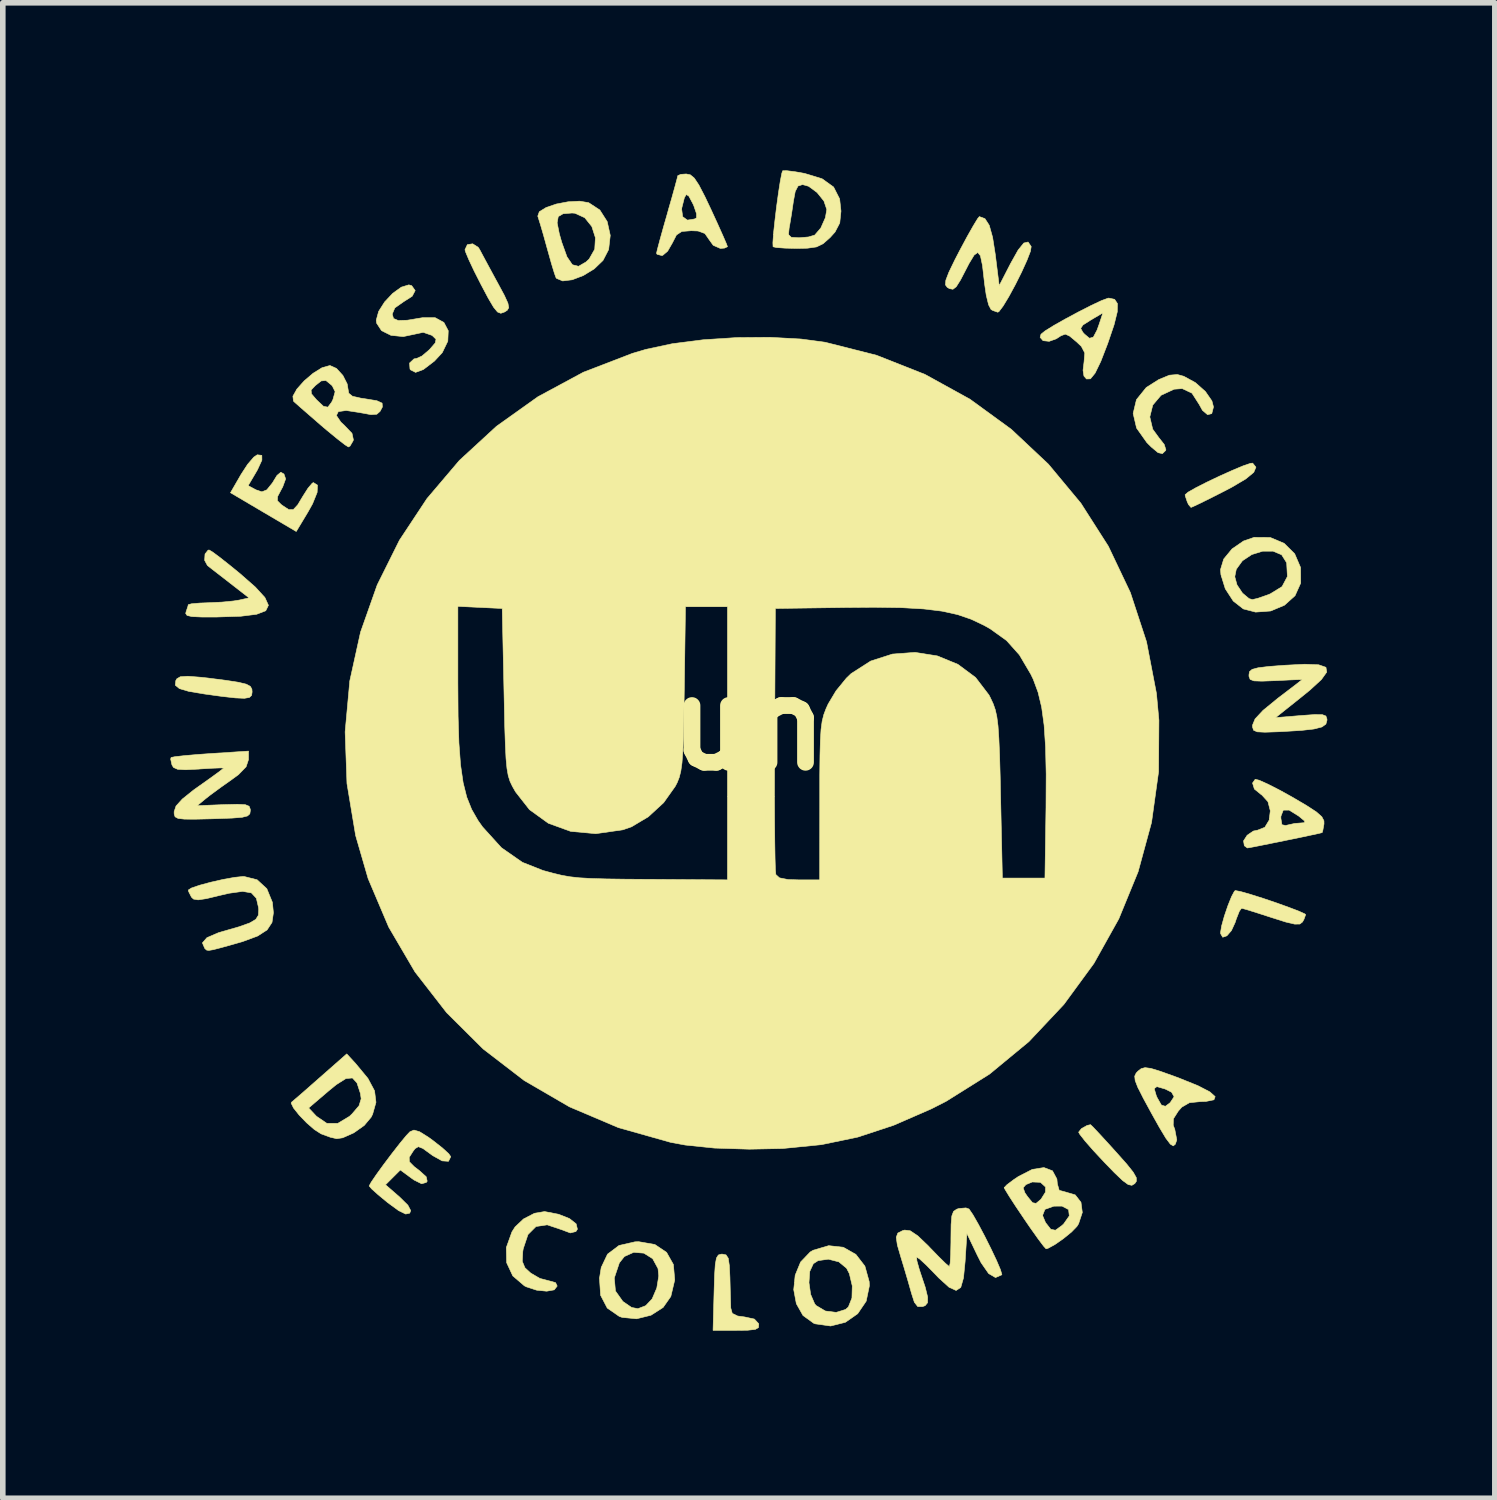
<source format=kicad_pcb>
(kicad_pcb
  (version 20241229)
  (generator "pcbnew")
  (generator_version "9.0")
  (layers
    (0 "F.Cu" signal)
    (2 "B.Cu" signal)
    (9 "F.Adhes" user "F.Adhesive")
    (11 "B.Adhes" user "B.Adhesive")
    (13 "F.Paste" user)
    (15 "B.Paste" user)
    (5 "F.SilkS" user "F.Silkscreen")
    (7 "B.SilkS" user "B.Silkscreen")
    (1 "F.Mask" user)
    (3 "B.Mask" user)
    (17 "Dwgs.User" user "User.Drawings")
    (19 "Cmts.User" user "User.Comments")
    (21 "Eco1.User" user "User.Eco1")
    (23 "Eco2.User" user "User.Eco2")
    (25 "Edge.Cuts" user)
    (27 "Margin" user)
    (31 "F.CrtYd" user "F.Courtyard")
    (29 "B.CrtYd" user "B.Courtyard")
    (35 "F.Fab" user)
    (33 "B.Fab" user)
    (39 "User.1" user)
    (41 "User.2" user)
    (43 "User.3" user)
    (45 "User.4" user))
  (footprint "un"
    (layer "F.Cu")
    (at 10.353 9.906)
    (property "Reference" "un" (at 0 0 0) (layer "F.SilkS") (effects (font (size 1.524 1.524) (thickness 0.3))))
    (attr through_hole)
    (fp_poly (pts (xy -9.81 -0.833) (xy -9.682 -0.819) (xy -9.354 -0.777) (xy -9.131 -0.742) (xy -8.994 -0.709) (xy -8.922 -0.67) (xy -8.894 -0.62) (xy -8.89 -0.57) (xy -8.899 -0.509) (xy -8.939 -0.471) (xy -9.029 -0.456) (xy -9.189 -0.463) (xy -9.437 -0.491) (xy -9.742 -0.533) (xy -10.023 -0.58) (xy -10.192 -0.63) (xy -10.265 -0.691) (xy -10.256 -0.773) (xy -10.237 -0.806) (xy -10.175 -0.842) (xy -10.04 -0.851) (xy -9.81 -0.833)) (stroke (width 0.01) (type solid)) (fill yes) (layer "F.SilkS"))
    (fp_poly (pts (xy 6.163 7.219) (xy 6.275 7.338) (xy 6.434 7.511) (xy 6.566 7.657) (xy 6.763 7.878) (xy 6.882 8.027) (xy 6.937 8.124) (xy 6.939 8.189) (xy 6.91 8.231) (xy 6.858 8.262) (xy 6.792 8.248) (xy 6.693 8.176) (xy 6.543 8.033) (xy 6.361 7.845) (xy 6.172 7.642) (xy 6.021 7.47) (xy 5.927 7.35) (xy 5.905 7.31) (xy 5.955 7.247) (xy 6.056 7.19) (xy 6.118 7.176) (xy 6.163 7.219)) (stroke (width 0.01) (type solid)) (fill yes) (layer "F.SilkS"))
    (fp_poly (pts (xy 9.079 -4.593) (xy 9.04 -4.501) (xy 8.897 -4.383) (xy 8.643 -4.233) (xy 8.513 -4.165) (xy 8.271 -4.042) (xy 8.075 -3.945) (xy 7.949 -3.886) (xy 7.916 -3.873) (xy 7.872 -3.924) (xy 7.849 -3.974) (xy 7.815 -4.075) (xy 7.811 -4.1) (xy 7.864 -4.146) (xy 8.005 -4.226) (xy 8.204 -4.327) (xy 8.431 -4.435) (xy 8.656 -4.536) (xy 8.849 -4.617) (xy 8.981 -4.662) (xy 9.02 -4.666) (xy 9.079 -4.593)) (stroke (width 0.01) (type solid)) (fill yes) (layer "F.SilkS"))
    (fp_poly (pts (xy -4.843 -8.529) (xy -4.818 -8.491) (xy -4.753 -8.369) (xy -4.648 -8.174) (xy -4.523 -7.943) (xy -4.496 -7.894) (xy -4.375 -7.669) (xy -4.311 -7.529) (xy -4.296 -7.448) (xy -4.324 -7.401) (xy -4.374 -7.37) (xy -4.438 -7.348) (xy -4.497 -7.371) (xy -4.567 -7.456) (xy -4.664 -7.62) (xy -4.79 -7.858) (xy -4.914 -8.102) (xy -5.011 -8.308) (xy -5.069 -8.447) (xy -5.08 -8.486) (xy -5.037 -8.577) (xy -4.942 -8.592) (xy -4.843 -8.529)) (stroke (width 0.01) (type solid)) (fill yes) (layer "F.SilkS"))
    (fp_poly (pts (xy -0.407 9.507) (xy -0.367 9.567) (xy -0.347 9.702) (xy -0.337 9.906) (xy -0.331 10.144) (xy -0.325 10.349) (xy -0.322 10.458) (xy -0.295 10.554) (xy -0.2 10.601) (xy -0.08 10.617) (xy 0.101 10.656) (xy 0.177 10.738) (xy 0.179 10.747) (xy 0.175 10.807) (xy 0.117 10.841) (xy -0.021 10.856) (xy -0.22 10.858) (xy -0.639 10.858) (xy -0.621 10.176) (xy -0.612 9.874) (xy -0.599 9.677) (xy -0.578 9.563) (xy -0.544 9.509) (xy -0.493 9.494) (xy -0.476 9.493) (xy -0.407 9.507)) (stroke (width 0.01) (type solid)) (fill yes) (layer "F.SilkS"))
    (fp_poly (pts (xy 7.786 -6.221) (xy 7.995 -6.107) (xy 8.174 -5.948) (xy 8.291 -5.779) (xy 8.319 -5.671) (xy 8.288 -5.552) (xy 8.213 -5.533) (xy 8.122 -5.61) (xy 8.063 -5.717) (xy 7.934 -5.918) (xy 7.76 -6) (xy 7.614 -5.989) (xy 7.38 -5.88) (xy 7.232 -5.705) (xy 7.179 -5.493) (xy 7.231 -5.273) (xy 7.34 -5.123) (xy 7.437 -5) (xy 7.467 -4.905) (xy 7.463 -4.893) (xy 7.405 -4.836) (xy 7.327 -4.853) (xy 7.205 -4.955) (xy 7.126 -5.034) (xy 6.942 -5.294) (xy 6.881 -5.555) (xy 6.94 -5.802) (xy 7.116 -6.02) (xy 7.34 -6.162) (xy 7.53 -6.24) (xy 7.672 -6.252) (xy 7.786 -6.221)) (stroke (width 0.01) (type solid)) (fill yes) (layer "F.SilkS"))
    (fp_poly (pts (xy 8.807 3.004) (xy 8.982 3.054) (xy 9.204 3.124) (xy 9.443 3.205) (xy 9.668 3.286) (xy 9.849 3.355) (xy 9.954 3.403) (xy 9.969 3.416) (xy 9.937 3.504) (xy 9.912 3.548) (xy 9.864 3.585) (xy 9.772 3.586) (xy 9.61 3.548) (xy 9.358 3.468) (xy 9.123 3.392) (xy 8.938 3.334) (xy 8.832 3.304) (xy 8.82 3.302) (xy 8.781 3.357) (xy 8.727 3.494) (xy 8.707 3.556) (xy 8.64 3.702) (xy 8.558 3.796) (xy 8.484 3.821) (xy 8.447 3.758) (xy 8.445 3.736) (xy 8.465 3.617) (xy 8.513 3.444) (xy 8.577 3.256) (xy 8.642 3.094) (xy 8.694 2.997) (xy 8.71 2.985) (xy 8.807 3.004)) (stroke (width 0.01) (type solid)) (fill yes) (layer "F.SilkS"))
    (fp_poly (pts (xy -9.595 -3.073) (xy -9.457 -2.97) (xy -9.267 -2.819) (xy -9.11 -2.691) (xy -8.833 -2.448) (xy -8.661 -2.26) (xy -8.598 -2.121) (xy -8.646 -2.023) (xy -8.81 -1.96) (xy -9.092 -1.925) (xy -9.498 -1.912) (xy -9.516 -1.911) (xy -9.794 -1.911) (xy -9.967 -1.919) (xy -10.054 -1.939) (xy -10.079 -1.975) (xy -10.072 -2.005) (xy -10.038 -2.107) (xy -10.033 -2.132) (xy -9.975 -2.148) (xy -9.826 -2.161) (xy -9.668 -2.167) (xy -9.43 -2.178) (xy -9.217 -2.199) (xy -9.124 -2.214) (xy -8.945 -2.254) (xy -9.272 -2.508) (xy -9.457 -2.652) (xy -9.611 -2.771) (xy -9.69 -2.834) (xy -9.74 -2.926) (xy -9.733 -3.039) (xy -9.678 -3.108) (xy -9.659 -3.111) (xy -9.595 -3.073)) (stroke (width 0.01) (type solid)) (fill yes) (layer "F.SilkS"))
    (fp_poly (pts (xy -3.651 8.732) (xy -3.403 8.78) (xy -3.209 8.857) (xy -3.09 8.951) (xy -3.067 9.047) (xy -3.094 9.089) (xy -3.194 9.114) (xy -3.355 9.054) (xy -3.608 8.969) (xy -3.808 8.999) (xy -3.952 9.143) (xy -4.037 9.397) (xy -4.045 9.446) (xy -4.054 9.623) (xy -4.006 9.738) (xy -3.904 9.832) (xy -3.74 9.928) (xy -3.585 9.969) (xy -3.579 9.97) (xy -3.458 10.004) (xy -3.429 10.065) (xy -3.482 10.133) (xy -3.617 10.157) (xy -3.796 10.139) (xy -3.98 10.079) (xy -4.016 10.061) (xy -4.224 9.883) (xy -4.334 9.647) (xy -4.34 9.376) (xy -4.239 9.095) (xy -4.183 9.007) (xy -4.032 8.864) (xy -3.835 8.762) (xy -3.652 8.731) (xy -3.651 8.732)) (stroke (width 0.01) (type solid)) (fill yes) (layer "F.SilkS"))
    (fp_poly (pts (xy -8.716 -4.805) (xy -8.715 -4.719) (xy -8.794 -4.547) (xy -8.83 -4.485) (xy -8.961 -4.263) (xy -8.819 -4.187) (xy -8.715 -4.152) (xy -8.626 -4.188) (xy -8.527 -4.311) (xy -8.445 -4.445) (xy -8.376 -4.503) (xy -8.32 -4.471) (xy -8.29 -4.383) (xy -8.343 -4.239) (xy -8.363 -4.203) (xy -8.434 -4.068) (xy -8.437 -3.992) (xy -8.37 -3.925) (xy -8.35 -3.91) (xy -8.235 -3.834) (xy -8.154 -3.833) (xy -8.073 -3.92) (xy -7.987 -4.064) (xy -7.891 -4.215) (xy -7.814 -4.306) (xy -7.793 -4.318) (xy -7.72 -4.272) (xy -7.726 -4.141) (xy -7.808 -3.938) (xy -7.889 -3.793) (xy -8.1 -3.442) (xy -8.689 -3.789) (xy -9.277 -4.136) (xy -9.087 -4.465) (xy -8.97 -4.645) (xy -8.86 -4.773) (xy -8.798 -4.815) (xy -8.716 -4.805)) (stroke (width 0.01) (type solid)) (fill yes) (layer "F.SilkS"))
    (fp_poly (pts (xy -1.681 9.321) (xy -1.471 9.462) (xy -1.349 9.679) (xy -1.325 9.956) (xy -1.395 10.251) (xy -1.533 10.448) (xy -1.75 10.587) (xy -2.008 10.651) (xy -2.266 10.626) (xy -2.318 10.608) (xy -2.533 10.459) (xy -2.652 10.23) (xy -2.672 9.928) (xy -2.671 9.92) (xy -2.407 9.92) (xy -2.386 10.154) (xy -2.255 10.338) (xy -2.246 10.346) (xy -2.097 10.448) (xy -1.984 10.47) (xy -1.854 10.42) (xy -1.842 10.414) (xy -1.729 10.294) (xy -1.646 10.1) (xy -1.611 9.885) (xy -1.624 9.752) (xy -1.72 9.575) (xy -1.878 9.476) (xy -2.059 9.461) (xy -2.226 9.536) (xy -2.316 9.649) (xy -2.407 9.92) (xy -2.671 9.92) (xy -2.641 9.732) (xy -2.528 9.494) (xy -2.323 9.339) (xy -2.036 9.273) (xy -1.969 9.271) (xy -1.681 9.321)) (stroke (width 0.01) (type solid)) (fill yes) (layer "F.SilkS"))
    (fp_poly (pts (xy 1.693 9.371) (xy 1.917 9.498) (xy 2.079 9.708) (xy 2.156 9.986) (xy 2.159 10.062) (xy 2.102 10.336) (xy 1.95 10.56) (xy 1.729 10.714) (xy 1.466 10.78) (xy 1.189 10.741) (xy 1.163 10.731) (xy 0.971 10.592) (xy 0.852 10.381) (xy 0.805 10.13) (xy 0.818 10.004) (xy 1.078 10.004) (xy 1.108 10.215) (xy 1.18 10.383) (xy 1.206 10.414) (xy 1.372 10.512) (xy 1.565 10.536) (xy 1.733 10.484) (xy 1.783 10.44) (xy 1.847 10.279) (xy 1.853 10.062) (xy 1.801 9.843) (xy 1.751 9.746) (xy 1.613 9.632) (xy 1.425 9.584) (xy 1.241 9.61) (xy 1.156 9.665) (xy 1.092 9.803) (xy 1.078 10.004) (xy 0.818 10.004) (xy 0.831 9.871) (xy 0.928 9.635) (xy 1.099 9.456) (xy 1.153 9.424) (xy 1.431 9.342) (xy 1.693 9.371)) (stroke (width 0.01) (type solid)) (fill yes) (layer "F.SilkS"))
    (fp_poly (pts (xy 9.335 -3.335) (xy 9.584 -3.23) (xy 9.772 -3.044) (xy 9.878 -2.797) (xy 9.88 -2.518) (xy 9.779 -2.293) (xy 9.589 -2.122) (xy 9.343 -2.019) (xy 9.073 -1.999) (xy 8.853 -2.056) (xy 8.673 -2.197) (xy 8.53 -2.417) (xy 8.463 -2.633) (xy 8.7 -2.633) (xy 8.74 -2.486) (xy 8.838 -2.339) (xy 8.956 -2.24) (xy 9.016 -2.223) (xy 9.109 -2.245) (xy 9.269 -2.3) (xy 9.334 -2.325) (xy 9.546 -2.455) (xy 9.642 -2.636) (xy 9.629 -2.877) (xy 9.627 -2.885) (xy 9.539 -3.025) (xy 9.385 -3.09) (xy 9.197 -3.089) (xy 9.004 -3.029) (xy 8.837 -2.918) (xy 8.727 -2.766) (xy 8.7 -2.633) (xy 8.463 -2.633) (xy 8.452 -2.669) (xy 8.445 -2.761) (xy 8.502 -2.949) (xy 8.651 -3.13) (xy 8.857 -3.272) (xy 9.046 -3.337) (xy 9.335 -3.335)) (stroke (width 0.01) (type solid)) (fill yes) (layer "F.SilkS"))
    (fp_poly (pts (xy -7.037 6.082) (xy -6.817 6.348) (xy -6.698 6.571) (xy -6.673 6.776) (xy -6.733 6.989) (xy -6.76 7.043) (xy -6.883 7.19) (xy -7.071 7.323) (xy -7.269 7.411) (xy -7.376 7.427) (xy -7.49 7.401) (xy -7.651 7.342) (xy -7.659 7.338) (xy -7.776 7.263) (xy -7.915 7.142) (xy -8.048 7.004) (xy -8.149 6.877) (xy -8.149 6.877) (xy -7.878 6.877) (xy -7.738 7.026) (xy -7.553 7.152) (xy -7.355 7.152) (xy -7.147 7.027) (xy -7.101 6.983) (xy -6.976 6.837) (xy -6.938 6.713) (xy -6.951 6.618) (xy -7.013 6.429) (xy -7.094 6.34) (xy -7.212 6.351) (xy -7.384 6.46) (xy -7.522 6.573) (xy -7.878 6.877) (xy -8.149 6.877) (xy -8.191 6.791) (xy -8.184 6.774) (xy -8.129 6.727) (xy -8 6.616) (xy -7.819 6.457) (xy -7.678 6.333) (xy -7.196 5.909) (xy -7.037 6.082)) (stroke (width 0.01) (type solid)) (fill yes) (layer "F.SilkS"))
    (fp_poly (pts (xy -8.801 2.792) (xy -8.627 2.952) (xy -8.527 3.196) (xy -8.509 3.383) (xy -8.534 3.556) (xy -8.622 3.69) (xy -8.791 3.799) (xy -9.061 3.899) (xy -9.197 3.938) (xy -9.44 4.006) (xy -9.587 4.044) (xy -9.666 4.057) (xy -9.705 4.051) (xy -9.73 4.028) (xy -9.737 4.022) (xy -9.78 3.922) (xy -9.699 3.829) (xy -9.495 3.741) (xy -9.414 3.717) (xy -9.122 3.633) (xy -8.932 3.565) (xy -8.824 3.501) (xy -8.778 3.427) (xy -8.772 3.329) (xy -8.775 3.292) (xy -8.814 3.123) (xy -8.903 3.027) (xy -9.06 3) (xy -9.305 3.034) (xy -9.468 3.072) (xy -9.709 3.13) (xy -9.857 3.152) (xy -9.939 3.138) (xy -9.976 3.103) (xy -10.026 3.004) (xy -10.032 2.976) (xy -9.976 2.94) (xy -9.83 2.89) (xy -9.629 2.836) (xy -9.409 2.786) (xy -9.204 2.749) (xy -9.049 2.733) (xy -9.036 2.733) (xy -8.801 2.792)) (stroke (width 0.01) (type solid)) (fill yes) (layer "F.SilkS"))
    (fp_poly (pts (xy -6.034 -7.843) (xy -5.971 -7.755) (xy -6.025 -7.653) (xy -6.177 -7.556) (xy -6.335 -7.445) (xy -6.382 -7.334) (xy -6.359 -7.255) (xy -6.275 -7.219) (xy -6.112 -7.224) (xy -5.847 -7.268) (xy -5.842 -7.269) (xy -5.613 -7.269) (xy -5.457 -7.184) (xy -5.379 -7.036) (xy -5.387 -6.849) (xy -5.486 -6.644) (xy -5.626 -6.493) (xy -5.825 -6.341) (xy -5.964 -6.29) (xy -6.055 -6.336) (xy -6.064 -6.35) (xy -6.072 -6.457) (xy -5.992 -6.532) (xy -5.945 -6.54) (xy -5.85 -6.583) (xy -5.726 -6.688) (xy -5.71 -6.704) (xy -5.612 -6.817) (xy -5.598 -6.883) (xy -5.66 -6.944) (xy -5.674 -6.954) (xy -5.827 -7.007) (xy -5.948 -6.981) (xy -6.185 -6.931) (xy -6.404 -6.953) (xy -6.573 -7.037) (xy -6.661 -7.171) (xy -6.668 -7.225) (xy -6.625 -7.382) (xy -6.518 -7.551) (xy -6.373 -7.705) (xy -6.219 -7.816) (xy -6.085 -7.857) (xy -6.034 -7.843)) (stroke (width 0.01) (type solid)) (fill yes) (layer "F.SilkS"))
    (fp_poly (pts (xy -2.866 -9.328) (xy -2.666 -9.197) (xy -2.534 -8.99) (xy -2.479 -8.742) (xy -2.508 -8.489) (xy -2.609 -8.294) (xy -2.766 -8.143) (xy -2.961 -8.024) (xy -3.16 -7.948) (xy -3.331 -7.927) (xy -3.441 -7.973) (xy -3.45 -7.985) (xy -3.479 -8.065) (xy -3.531 -8.235) (xy -3.594 -8.46) (xy -3.608 -8.509) (xy -3.675 -8.751) (xy -3.734 -8.953) (xy -3.739 -8.967) (xy -3.43 -8.967) (xy -3.391 -8.771) (xy -3.348 -8.62) (xy -3.254 -8.359) (xy -3.157 -8.217) (xy -3.047 -8.189) (xy -2.913 -8.267) (xy -2.857 -8.319) (xy -2.757 -8.495) (xy -2.745 -8.701) (xy -2.809 -8.901) (xy -2.936 -9.059) (xy -3.112 -9.139) (xy -3.164 -9.143) (xy -3.324 -9.13) (xy -3.41 -9.079) (xy -3.43 -8.967) (xy -3.739 -8.967) (xy -3.773 -9.077) (xy -3.777 -9.087) (xy -3.749 -9.166) (xy -3.628 -9.241) (xy -3.445 -9.304) (xy -3.234 -9.344) (xy -3.028 -9.355) (xy -2.866 -9.328)) (stroke (width 0.01) (type solid)) (fill yes) (layer "F.SilkS"))
    (fp_poly (pts (xy 4.228 -9.042) (xy 4.305 -8.923) (xy 4.365 -8.708) (xy 4.413 -8.402) (xy 4.483 -7.842) (xy 4.687 -8.239) (xy 4.822 -8.48) (xy 4.924 -8.606) (xy 5 -8.624) (xy 5.056 -8.543) (xy 5.042 -8.457) (xy 4.979 -8.294) (xy 4.884 -8.085) (xy 4.771 -7.859) (xy 4.656 -7.647) (xy 4.553 -7.477) (xy 4.479 -7.379) (xy 4.458 -7.367) (xy 4.369 -7.398) (xy 4.337 -7.416) (xy 4.293 -7.5) (xy 4.251 -7.673) (xy 4.218 -7.899) (xy 4.218 -7.908) (xy 4.184 -8.203) (xy 4.147 -8.378) (xy 4.099 -8.437) (xy 4.034 -8.389) (xy 3.942 -8.237) (xy 3.903 -8.161) (xy 3.791 -7.945) (xy 3.714 -7.823) (xy 3.655 -7.778) (xy 3.594 -7.789) (xy 3.553 -7.813) (xy 3.521 -7.857) (xy 3.528 -7.94) (xy 3.582 -8.082) (xy 3.689 -8.303) (xy 3.778 -8.475) (xy 3.91 -8.721) (xy 4.022 -8.919) (xy 4.099 -9.045) (xy 4.128 -9.079) (xy 4.228 -9.042)) (stroke (width 0.01) (type solid)) (fill yes) (layer "F.SilkS"))
    (fp_poly (pts (xy 7.199 6.169) (xy 7.365 6.22) (xy 7.617 6.31) (xy 7.715 6.347) (xy 8.042 6.479) (xy 8.254 6.589) (xy 8.349 6.674) (xy 8.327 6.731) (xy 8.184 6.76) (xy 8.087 6.763) (xy 7.888 6.783) (xy 7.752 6.862) (xy 7.689 6.933) (xy 7.602 7.07) (xy 7.598 7.186) (xy 7.626 7.259) (xy 7.662 7.448) (xy 7.636 7.526) (xy 7.599 7.556) (xy 7.547 7.525) (xy 7.467 7.419) (xy 7.35 7.224) (xy 7.214 6.981) (xy 7.062 6.701) (xy 6.976 6.53) (xy 7.258 6.53) (xy 7.294 6.654) (xy 7.31 6.691) (xy 7.386 6.825) (xy 7.458 6.847) (xy 7.544 6.782) (xy 7.614 6.676) (xy 7.569 6.595) (xy 7.452 6.537) (xy 7.306 6.495) (xy 7.258 6.53) (xy 6.976 6.53) (xy 6.965 6.51) (xy 6.917 6.386) (xy 6.909 6.307) (xy 6.935 6.252) (xy 6.967 6.218) (xy 7.025 6.173) (xy 7.094 6.155) (xy 7.199 6.169)) (stroke (width 0.01) (type solid)) (fill yes) (layer "F.SilkS"))
    (fp_poly (pts (xy -5.893 7.302) (xy -5.737 7.399) (xy -5.653 7.46) (xy -5.486 7.591) (xy -5.371 7.696) (xy -5.334 7.749) (xy -5.375 7.832) (xy -5.489 7.824) (xy -5.659 7.729) (xy -5.69 7.706) (xy -5.833 7.602) (xy -5.914 7.57) (xy -5.972 7.604) (xy -6.008 7.651) (xy -6.078 7.761) (xy -6.075 7.84) (xy -5.988 7.928) (xy -5.899 7.996) (xy -5.774 8.108) (xy -5.756 8.188) (xy -5.772 8.21) (xy -5.856 8.234) (xy -5.991 8.167) (xy -6.039 8.133) (xy -6.237 7.987) (xy -6.502 8.252) (xy -6.251 8.47) (xy -6.102 8.617) (xy -6.051 8.714) (xy -6.069 8.76) (xy -6.141 8.776) (xy -6.267 8.715) (xy -6.464 8.571) (xy -6.466 8.569) (xy -6.633 8.431) (xy -6.751 8.325) (xy -6.795 8.273) (xy -6.758 8.205) (xy -6.664 8.067) (xy -6.532 7.885) (xy -6.385 7.69) (xy -6.243 7.508) (xy -6.127 7.368) (xy -6.065 7.303) (xy -5.993 7.273) (xy -5.893 7.302)) (stroke (width 0.01) (type solid)) (fill yes) (layer "F.SilkS"))
    (fp_poly (pts (xy 6.549 -7.598) (xy 6.6 -7.521) (xy 6.597 -7.375) (xy 6.54 -7.144) (xy 6.428 -6.814) (xy 6.426 -6.808) (xy 6.301 -6.485) (xy 6.2 -6.277) (xy 6.117 -6.175) (xy 6.046 -6.172) (xy 6 -6.225) (xy 5.984 -6.328) (xy 6.003 -6.485) (xy 6.003 -6.487) (xy 6.015 -6.638) (xy 5.954 -6.755) (xy 5.871 -6.834) (xy 5.744 -6.94) (xy 5.667 -6.975) (xy 5.589 -6.946) (xy 5.506 -6.892) (xy 5.378 -6.846) (xy 5.268 -6.858) (xy 5.216 -6.917) (xy 5.231 -6.973) (xy 5.305 -7.033) (xy 5.378 -7.078) (xy 5.942 -7.078) (xy 5.981 -7.007) (xy 6.009 -6.976) (xy 6.099 -6.901) (xy 6.168 -6.921) (xy 6.234 -7.046) (xy 6.273 -7.154) (xy 6.34 -7.356) (xy 6.12 -7.226) (xy 5.983 -7.139) (xy 5.942 -7.078) (xy 5.378 -7.078) (xy 5.463 -7.131) (xy 5.674 -7.25) (xy 5.907 -7.375) (xy 6.131 -7.489) (xy 6.316 -7.576) (xy 6.431 -7.618) (xy 6.445 -7.62) (xy 6.549 -7.598)) (stroke (width 0.01) (type solid)) (fill yes) (layer "F.SilkS"))
    (fp_poly (pts (xy 0.835 -9.881) (xy 0.999 -9.852) (xy 1.313 -9.756) (xy 1.519 -9.608) (xy 1.627 -9.395) (xy 1.651 -9.177) (xy 1.629 -8.965) (xy 1.545 -8.803) (xy 1.456 -8.704) (xy 1.333 -8.595) (xy 1.213 -8.536) (xy 1.05 -8.513) (xy 0.863 -8.509) (xy 0.651 -8.514) (xy 0.496 -8.525) (xy 0.435 -8.539) (xy 0.432 -8.61) (xy 0.442 -8.756) (xy 0.711 -8.756) (xy 0.762 -8.708) (xy 0.9 -8.7) (xy 1.067 -8.714) (xy 1.179 -8.747) (xy 1.181 -8.748) (xy 1.29 -8.875) (xy 1.372 -9.06) (xy 1.397 -9.206) (xy 1.346 -9.357) (xy 1.223 -9.51) (xy 1.071 -9.622) (xy 0.963 -9.652) (xy 0.882 -9.626) (xy 0.832 -9.529) (xy 0.799 -9.35) (xy 0.766 -9.127) (xy 0.733 -8.928) (xy 0.723 -8.874) (xy 0.711 -8.756) (xy 0.442 -8.756) (xy 0.443 -8.773) (xy 0.467 -8.997) (xy 0.497 -9.249) (xy 0.531 -9.498) (xy 0.564 -9.711) (xy 0.592 -9.855) (xy 0.607 -9.899) (xy 0.678 -9.901) (xy 0.835 -9.881)) (stroke (width 0.01) (type solid)) (fill yes) (layer "F.SilkS"))
    (fp_poly (pts (xy 10.202 -1.056) (xy 10.332 -1.011) (xy 10.346 -0.925) (xy 10.25 -0.791) (xy 10.045 -0.603) (xy 9.89 -0.477) (xy 9.43 -0.11) (xy 9.89 -0.148) (xy 10.128 -0.165) (xy 10.266 -0.164) (xy 10.331 -0.139) (xy 10.35 -0.086) (xy 10.351 -0.064) (xy 10.331 0.006) (xy 10.26 0.057) (xy 10.119 0.093) (xy 9.891 0.119) (xy 9.558 0.139) (xy 9.477 0.143) (xy 9.24 0.151) (xy 9.102 0.144) (xy 9.037 0.116) (xy 9.018 0.059) (xy 9.017 0.026) (xy 9.063 -0.086) (xy 9.205 -0.239) (xy 9.453 -0.442) (xy 9.461 -0.449) (xy 9.659 -0.6) (xy 9.812 -0.717) (xy 9.896 -0.783) (xy 9.906 -0.792) (xy 9.848 -0.791) (xy 9.694 -0.785) (xy 9.475 -0.774) (xy 9.43 -0.772) (xy 9.187 -0.763) (xy 9.044 -0.768) (xy 8.976 -0.794) (xy 8.955 -0.846) (xy 8.954 -0.875) (xy 8.964 -0.934) (xy 9.012 -0.975) (xy 9.12 -1.003) (xy 9.309 -1.026) (xy 9.584 -1.047) (xy 9.954 -1.066) (xy 10.202 -1.056)) (stroke (width 0.01) (type solid)) (fill yes) (layer "F.SilkS"))
    (fp_poly (pts (xy -8.955 0.642) (xy -8.998 0.77) (xy -9.135 0.911) (xy -9.257 1) (xy -9.456 1.141) (xy -9.638 1.275) (xy -9.716 1.336) (xy -9.874 1.466) (xy -9.398 1.447) (xy -9.155 1.441) (xy -9.012 1.448) (xy -8.944 1.476) (xy -8.923 1.529) (xy -8.922 1.556) (xy -8.931 1.612) (xy -8.973 1.65) (xy -9.069 1.674) (xy -9.243 1.688) (xy -9.516 1.698) (xy -9.604 1.701) (xy -9.905 1.708) (xy -10.101 1.707) (xy -10.215 1.694) (xy -10.269 1.665) (xy -10.285 1.616) (xy -10.286 1.574) (xy -10.252 1.472) (xy -10.14 1.348) (xy -9.937 1.185) (xy -9.841 1.117) (xy -9.641 0.975) (xy -9.488 0.864) (xy -9.406 0.8) (xy -9.398 0.792) (xy -9.456 0.79) (xy -9.609 0.796) (xy -9.824 0.809) (xy -9.841 0.811) (xy -10.081 0.823) (xy -10.223 0.815) (xy -10.297 0.782) (xy -10.325 0.736) (xy -10.348 0.633) (xy -10.34 0.603) (xy -10.27 0.589) (xy -10.1 0.57) (xy -9.858 0.549) (xy -9.634 0.533) (xy -8.954 0.489) (xy -8.955 0.642)) (stroke (width 0.01) (type solid)) (fill yes) (layer "F.SilkS"))
    (fp_poly (pts (xy -1.046 -9.827) (xy -0.975 -9.768) (xy -0.893 -9.645) (xy -0.786 -9.439) (xy -0.676 -9.207) (xy -0.557 -8.948) (xy -0.461 -8.734) (xy -0.399 -8.59) (xy -0.381 -8.54) (xy -0.434 -8.515) (xy -0.509 -8.509) (xy -0.636 -8.565) (xy -0.71 -8.668) (xy -0.785 -8.776) (xy -0.907 -8.821) (xy -1.029 -8.826) (xy -1.198 -8.813) (xy -1.294 -8.75) (xy -1.369 -8.604) (xy -1.452 -8.46) (xy -1.54 -8.385) (xy -1.557 -8.382) (xy -1.641 -8.404) (xy -1.651 -8.423) (xy -1.634 -8.497) (xy -1.589 -8.666) (xy -1.523 -8.903) (xy -1.46 -9.122) (xy -1.433 -9.22) (xy -1.202 -9.22) (xy -1.183 -9.077) (xy -1.1 -9.017) (xy -1.09 -9.017) (xy -0.972 -9.036) (xy -0.935 -9.055) (xy -0.935 -9.131) (xy -0.983 -9.272) (xy -1.002 -9.313) (xy -1.073 -9.446) (xy -1.118 -9.474) (xy -1.152 -9.418) (xy -1.202 -9.22) (xy -1.433 -9.22) (xy -1.383 -9.393) (xy -1.321 -9.616) (xy -1.281 -9.765) (xy -1.27 -9.812) (xy -1.216 -9.835) (xy -1.12 -9.842) (xy -1.046 -9.827)) (stroke (width 0.01) (type solid)) (fill yes) (layer "F.SilkS"))
    (fp_poly (pts (xy 9.138 1.011) (xy 9.294 1.081) (xy 9.511 1.192) (xy 9.717 1.306) (xy 9.986 1.464) (xy 10.161 1.578) (xy 10.258 1.664) (xy 10.296 1.737) (xy 10.297 1.793) (xy 10.276 1.91) (xy 10.264 1.948) (xy 10.204 1.963) (xy 10.05 1.996) (xy 9.835 2.042) (xy 9.589 2.092) (xy 9.343 2.142) (xy 9.13 2.185) (xy 8.98 2.214) (xy 8.925 2.223) (xy 8.876 2.187) (xy 8.871 2.182) (xy 8.857 2.096) (xy 8.922 1.995) (xy 9.033 1.92) (xy 9.107 1.905) (xy 9.238 1.853) (xy 9.316 1.724) (xy 9.32 1.69) (xy 9.525 1.69) (xy 9.544 1.807) (xy 9.611 1.821) (xy 9.625 1.817) (xy 9.773 1.784) (xy 9.864 1.777) (xy 9.952 1.77) (xy 9.948 1.738) (xy 9.847 1.654) (xy 9.842 1.651) (xy 9.673 1.545) (xy 9.568 1.546) (xy 9.526 1.655) (xy 9.525 1.69) (xy 9.32 1.69) (xy 9.336 1.558) (xy 9.294 1.395) (xy 9.186 1.276) (xy 9.176 1.27) (xy 9.051 1.168) (xy 9.018 1.061) (xy 9.066 0.993) (xy 9.138 1.011)) (stroke (width 0.01) (type solid)) (fill yes) (layer "F.SilkS"))
    (fp_poly (pts (xy 5.437 8.002) (xy 5.516 8.149) (xy 5.524 8.236) (xy 5.557 8.351) (xy 5.671 8.382) (xy 5.844 8.433) (xy 5.947 8.565) (xy 5.971 8.748) (xy 5.904 8.95) (xy 5.874 8.998) (xy 5.778 9.097) (xy 5.632 9.216) (xy 5.477 9.324) (xy 5.355 9.39) (xy 5.322 9.398) (xy 5.277 9.349) (xy 5.177 9.216) (xy 5.04 9.023) (xy 4.933 8.867) (xy 4.889 8.801) (xy 5.259 8.801) (xy 5.312 8.928) (xy 5.406 9.048) (xy 5.489 9.066) (xy 5.603 8.984) (xy 5.637 8.953) (xy 5.738 8.809) (xy 5.725 8.696) (xy 5.608 8.634) (xy 5.461 8.635) (xy 5.302 8.692) (xy 5.259 8.801) (xy 4.889 8.801) (xy 4.781 8.641) (xy 4.661 8.456) (xy 4.588 8.336) (xy 4.573 8.306) (xy 4.912 8.306) (xy 4.943 8.395) (xy 4.992 8.466) (xy 5.08 8.573) (xy 5.143 8.585) (xy 5.231 8.511) (xy 5.232 8.51) (xy 5.311 8.384) (xy 5.313 8.292) (xy 5.222 8.208) (xy 5.075 8.202) (xy 4.961 8.249) (xy 4.912 8.306) (xy 4.573 8.306) (xy 4.572 8.304) (xy 4.62 8.253) (xy 4.742 8.161) (xy 4.825 8.105) (xy 5.075 7.977) (xy 5.284 7.944) (xy 5.437 8.002)) (stroke (width 0.01) (type solid)) (fill yes) (layer "F.SilkS"))
    (fp_poly (pts (xy -7.38 -6.361) (xy -7.265 -6.235) (xy -7.188 -6.083) (xy -7.176 -6.009) (xy -7.16 -5.917) (xy -7.094 -5.863) (xy -6.945 -5.829) (xy -6.858 -5.816) (xy -6.657 -5.783) (xy -6.563 -5.74) (xy -6.558 -5.671) (xy -6.6 -5.592) (xy -6.658 -5.541) (xy -6.763 -5.534) (xy -6.95 -5.568) (xy -6.964 -5.571) (xy -7.206 -5.608) (xy -7.347 -5.588) (xy -7.381 -5.518) (xy -7.302 -5.401) (xy -7.237 -5.34) (xy -7.102 -5.199) (xy -7.077 -5.083) (xy -7.083 -5.064) (xy -7.137 -4.972) (xy -7.166 -4.955) (xy -7.229 -4.995) (xy -7.364 -5.1) (xy -7.548 -5.251) (xy -7.652 -5.339) (xy -7.853 -5.514) (xy -8.02 -5.659) (xy -8.127 -5.754) (xy -8.15 -5.776) (xy -8.16 -5.864) (xy -8.098 -5.974) (xy -7.834 -5.974) (xy -7.828 -5.906) (xy -7.737 -5.8) (xy -7.737 -5.8) (xy -7.613 -5.683) (xy -7.534 -5.668) (xy -7.467 -5.756) (xy -7.442 -5.808) (xy -7.404 -5.945) (xy -7.454 -6.047) (xy -7.468 -6.062) (xy -7.569 -6.145) (xy -7.654 -6.137) (xy -7.759 -6.054) (xy -7.834 -5.974) (xy -8.098 -5.974) (xy -8.087 -5.993) (xy -7.958 -6.138) (xy -7.8 -6.273) (xy -7.638 -6.374) (xy -7.498 -6.413) (xy -7.496 -6.413) (xy -7.38 -6.361)) (stroke (width 0.01) (type solid)) (fill yes) (layer "F.SilkS"))
    (fp_poly (pts (xy 3.943 8.686) (xy 4.013 8.788) (xy 4.111 8.96) (xy 4.224 9.173) (xy 4.337 9.399) (xy 4.436 9.608) (xy 4.505 9.77) (xy 4.531 9.858) (xy 4.529 9.864) (xy 4.417 9.913) (xy 4.294 9.841) (xy 4.159 9.647) (xy 4.092 9.515) (xy 3.905 9.124) (xy 3.873 9.625) (xy 3.844 9.919) (xy 3.795 10.09) (xy 3.712 10.144) (xy 3.585 10.086) (xy 3.402 9.92) (xy 3.331 9.846) (xy 3.178 9.69) (xy 3.062 9.583) (xy 3.006 9.546) (xy 3.005 9.547) (xy 3.01 9.614) (xy 3.05 9.757) (xy 3.069 9.817) (xy 3.159 10.086) (xy 3.202 10.261) (xy 3.201 10.363) (xy 3.157 10.416) (xy 3.112 10.432) (xy 3.025 10.432) (xy 2.965 10.356) (xy 2.915 10.201) (xy 2.855 9.989) (xy 2.778 9.728) (xy 2.727 9.561) (xy 2.66 9.331) (xy 2.64 9.192) (xy 2.669 9.116) (xy 2.752 9.074) (xy 2.79 9.063) (xy 2.89 9.075) (xy 3.026 9.166) (xy 3.215 9.347) (xy 3.239 9.373) (xy 3.399 9.538) (xy 3.523 9.66) (xy 3.588 9.714) (xy 3.591 9.716) (xy 3.605 9.657) (xy 3.614 9.502) (xy 3.619 9.28) (xy 3.619 9.215) (xy 3.622 8.963) (xy 3.635 8.81) (xy 3.666 8.728) (xy 3.723 8.689) (xy 3.761 8.677) (xy 3.888 8.666) (xy 3.943 8.686)) (stroke (width 0.01) (type solid)) (fill yes) (layer "F.SilkS"))
    (fp_poly (pts (xy 0.938 -6.887) (xy 1.365 -6.83) (xy 2.286 -6.597) (xy 3.154 -6.254) (xy 3.961 -5.809) (xy 4.7 -5.271) (xy 5.364 -4.647) (xy 5.946 -3.947) (xy 6.437 -3.178) (xy 6.831 -2.349) (xy 7.12 -1.468) (xy 7.298 -0.543) (xy 7.342 -0.064) (xy 7.336 0.858) (xy 7.21 1.766) (xy 6.97 2.648) (xy 6.624 3.492) (xy 6.179 4.289) (xy 5.64 5.025) (xy 5.015 5.689) (xy 4.31 6.271) (xy 3.533 6.758) (xy 3.27 6.892) (xy 2.593 7.187) (xy 1.95 7.399) (xy 1.3 7.534) (xy 0.605 7.603) (xy 0.009 7.615) (xy -0.616 7.595) (xy -1.135 7.541) (xy -1.397 7.493) (xy -2.333 7.229) (xy -3.209 6.857) (xy -4.019 6.386) (xy -4.754 5.821) (xy -5.409 5.17) (xy -5.975 4.441) (xy -6.445 3.639) (xy -6.813 2.772) (xy -7.037 2) (xy -7.192 1.069) (xy -7.225 0.145) (xy -7.145 -0.73) (xy -5.207 -0.73) (xy -5.203 -0.138) (xy -5.188 0.345) (xy -5.159 0.736) (xy -5.113 1.053) (xy -5.048 1.313) (xy -4.96 1.533) (xy -4.847 1.73) (xy -4.766 1.845) (xy -4.427 2.219) (xy -4.052 2.48) (xy -3.683 2.626) (xy -3.507 2.674) (xy -3.354 2.711) (xy -3.204 2.738) (xy -3.034 2.757) (xy -2.823 2.769) (xy -2.551 2.777) (xy -2.196 2.782) (xy -1.737 2.785) (xy -1.699 2.785) (xy -0.381 2.794) (xy -0.381 1.303) (xy 0.46 1.303) (xy 0.462 1.747) (xy 0.466 2.123) (xy 0.471 2.417) (xy 0.477 2.614) (xy 0.485 2.699) (xy 0.485 2.699) (xy 0.55 2.758) (xy 0.703 2.788) (xy 0.896 2.794) (xy 1.27 2.794) (xy 1.271 1.381) (xy 1.271 0.919) (xy 1.275 0.565) (xy 1.282 0.299) (xy 1.294 0.102) (xy 1.314 -0.046) (xy 1.343 -0.163) (xy 1.383 -0.269) (xy 1.421 -0.353) (xy 1.562 -0.589) (xy 1.747 -0.816) (xy 1.832 -0.898) (xy 2.183 -1.123) (xy 2.572 -1.248) (xy 2.977 -1.278) (xy 3.376 -1.215) (xy 3.744 -1.064) (xy 4.06 -0.829) (xy 4.3 -0.515) (xy 4.327 -0.462) (xy 4.376 -0.357) (xy 4.413 -0.251) (xy 4.441 -0.126) (xy 4.462 0.038) (xy 4.477 0.26) (xy 4.49 0.557) (xy 4.501 0.949) (xy 4.508 1.302) (xy 4.54 2.762) (xy 5.302 2.762) (xy 5.321 1.492) (xy 5.324 0.901) (xy 5.313 0.417) (xy 5.287 0.024) (xy 5.243 -0.297) (xy 5.179 -0.564) (xy 5.093 -0.796) (xy 5.048 -0.889) (xy 4.845 -1.233) (xy 4.615 -1.49) (xy 4.322 -1.7) (xy 4.21 -1.763) (xy 3.98 -1.872) (xy 3.737 -1.955) (xy 3.46 -2.016) (xy 3.132 -2.056) (xy 2.731 -2.079) (xy 2.24 -2.086) (xy 1.746 -2.082) (xy 0.476 -2.064) (xy 0.463 0.271) (xy 0.461 0.806) (xy 0.46 1.303) (xy -0.381 1.303) (xy -0.381 -2.095) (xy -1.133 -2.095) (xy -1.154 -0.619) (xy -1.162 -0.144) (xy -1.17 0.222) (xy -1.18 0.497) (xy -1.195 0.699) (xy -1.216 0.847) (xy -1.244 0.959) (xy -1.281 1.053) (xy -1.316 1.12) (xy -1.523 1.412) (xy -1.797 1.664) (xy -2.098 1.844) (xy -2.254 1.898) (xy -2.738 1.967) (xy -3.187 1.926) (xy -3.587 1.781) (xy -3.925 1.537) (xy -4.175 1.218) (xy -4.23 1.121) (xy -4.273 1.031) (xy -4.305 0.93) (xy -4.328 0.799) (xy -4.345 0.621) (xy -4.357 0.377) (xy -4.368 0.049) (xy -4.377 -0.382) (xy -4.381 -0.572) (xy -4.413 -2.064) (xy -4.81 -2.083) (xy -5.207 -2.102) (xy -5.207 -0.73) (xy -7.145 -0.73) (xy -7.143 -0.761) (xy -6.949 -1.641) (xy -6.651 -2.485) (xy -6.253 -3.285) (xy -5.76 -4.031) (xy -5.18 -4.714) (xy -4.516 -5.325) (xy -3.774 -5.854) (xy -2.96 -6.293) (xy -2.079 -6.632) (xy -1.841 -6.702) (xy -1.37 -6.803) (xy -0.816 -6.874) (xy -0.219 -6.913) (xy 0.379 -6.918) (xy 0.938 -6.887)) (stroke (width 0.01) (type solid)) (fill yes) (layer "F.SilkS")))
  (gr_rect
    (start -3 -3)
    (end 23.708 23.77)
    (stroke (width 0.1) (type default))
    (fill no)
    (layer "Edge.Cuts")))
</source>
